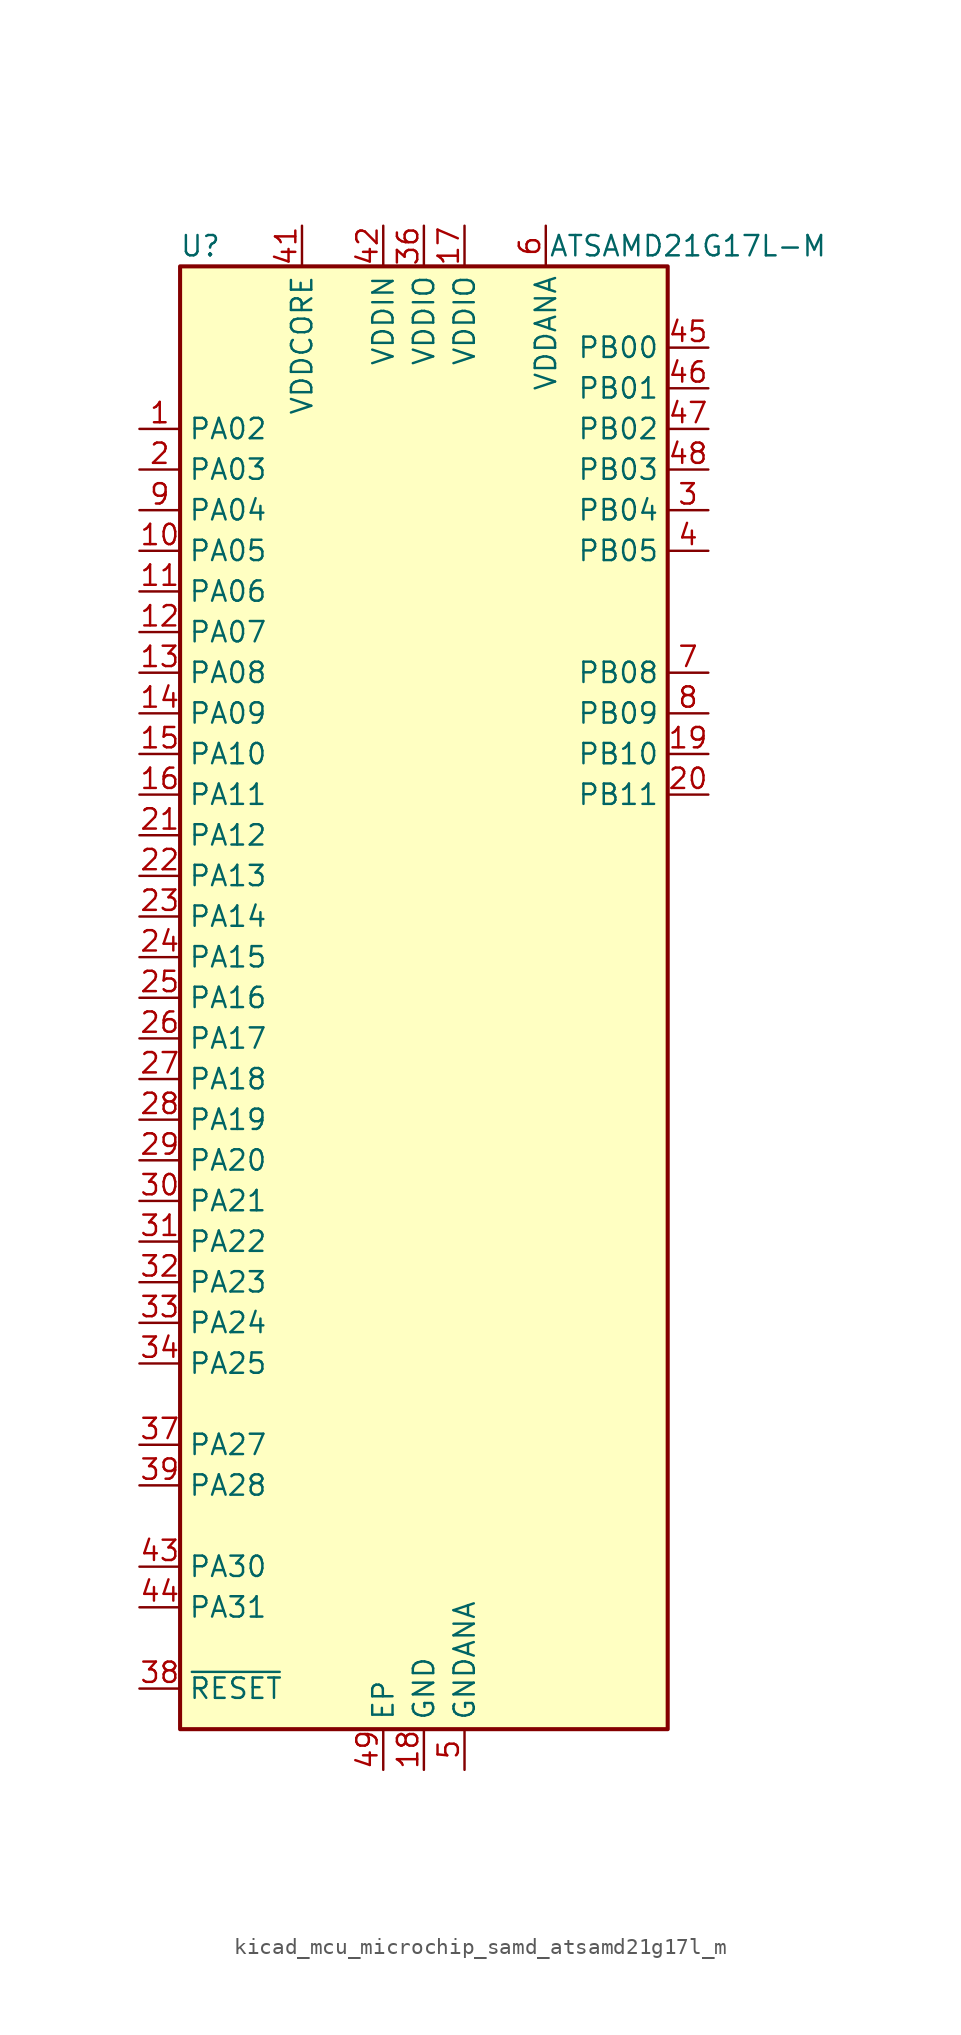
<source format=kicad_sym>
(kicad_symbol_lib
  (version 20220914)
  (generator kicad_symbol_editor)
  (symbol "kicad_mcu_microchip_samd_atsamd21g17l_m"
    (property "Reference" "U"
      (at -13.97 46.99 0)
      (effects (font (size 1.27 1.27))))
    (property "Value" "ATSAMD21G17L-M"
      (at 16.51 46.99 0)
      (effects (font (size 1.27 1.27))))
    (symbol "kicad_mcu_microchip_samd_atsamd21g17l_m_0_1"
      (rectangle (start -15.24 45.72) (end 15.24 -45.72) (stroke (width 0.254) (type default)) (fill (type background))))
    (symbol "kicad_mcu_microchip_samd_atsamd21g17l_m_1_1"
      (pin bidirectional line (at -17.78 35.56 0) (length 2.54) (name "PA02" (effects (font (size 1.27 1.27)))) (number "1" (effects (font (size 1.27 1.27)))))
      (pin bidirectional line (at -17.78 27.94 0) (length 2.54) (name "PA05" (effects (font (size 1.27 1.27)))) (number "10" (effects (font (size 1.27 1.27)))))
      (pin bidirectional line (at -17.78 25.4 0) (length 2.54) (name "PA06" (effects (font (size 1.27 1.27)))) (number "11" (effects (font (size 1.27 1.27)))))
      (pin bidirectional line (at -17.78 22.86 0) (length 2.54) (name "PA07" (effects (font (size 1.27 1.27)))) (number "12" (effects (font (size 1.27 1.27)))))
      (pin bidirectional line (at -17.78 20.32 0) (length 2.54) (name "PA08" (effects (font (size 1.27 1.27)))) (number "13" (effects (font (size 1.27 1.27)))))
      (pin bidirectional line (at -17.78 17.78 0) (length 2.54) (name "PA09" (effects (font (size 1.27 1.27)))) (number "14" (effects (font (size 1.27 1.27)))))
      (pin bidirectional line (at -17.78 15.24 0) (length 2.54) (name "PA10" (effects (font (size 1.27 1.27)))) (number "15" (effects (font (size 1.27 1.27)))))
      (pin bidirectional line (at -17.78 12.7 0) (length 2.54) (name "PA11" (effects (font (size 1.27 1.27)))) (number "16" (effects (font (size 1.27 1.27)))))
      (pin power_in line (at 2.54 48.26 270) (length 2.54) (name "VDDIO" (effects (font (size 1.27 1.27)))) (number "17" (effects (font (size 1.27 1.27)))))
      (pin power_in line (at 0 -48.26 90) (length 2.54) (name "GND" (effects (font (size 1.27 1.27)))) (number "18" (effects (font (size 1.27 1.27)))))
      (pin bidirectional line (at 17.78 15.24 180) (length 2.54) (name "PB10" (effects (font (size 1.27 1.27)))) (number "19" (effects (font (size 1.27 1.27)))))
      (pin bidirectional line (at -17.78 33.02 0) (length 2.54) (name "PA03" (effects (font (size 1.27 1.27)))) (number "2" (effects (font (size 1.27 1.27)))))
      (pin bidirectional line (at 17.78 12.7 180) (length 2.54) (name "PB11" (effects (font (size 1.27 1.27)))) (number "20" (effects (font (size 1.27 1.27)))))
      (pin bidirectional line (at -17.78 10.16 0) (length 2.54) (name "PA12" (effects (font (size 1.27 1.27)))) (number "21" (effects (font (size 1.27 1.27)))))
      (pin bidirectional line (at -17.78 7.62 0) (length 2.54) (name "PA13" (effects (font (size 1.27 1.27)))) (number "22" (effects (font (size 1.27 1.27)))))
      (pin bidirectional line (at -17.78 5.08 0) (length 2.54) (name "PA14" (effects (font (size 1.27 1.27)))) (number "23" (effects (font (size 1.27 1.27)))))
      (pin bidirectional line (at -17.78 2.54 0) (length 2.54) (name "PA15" (effects (font (size 1.27 1.27)))) (number "24" (effects (font (size 1.27 1.27)))))
      (pin bidirectional line (at -17.78 0 0) (length 2.54) (name "PA16" (effects (font (size 1.27 1.27)))) (number "25" (effects (font (size 1.27 1.27)))))
      (pin bidirectional line (at -17.78 -2.54 0) (length 2.54) (name "PA17" (effects (font (size 1.27 1.27)))) (number "26" (effects (font (size 1.27 1.27)))))
      (pin bidirectional line (at -17.78 -5.08 0) (length 2.54) (name "PA18" (effects (font (size 1.27 1.27)))) (number "27" (effects (font (size 1.27 1.27)))))
      (pin bidirectional line (at -17.78 -7.62 0) (length 2.54) (name "PA19" (effects (font (size 1.27 1.27)))) (number "28" (effects (font (size 1.27 1.27)))))
      (pin bidirectional line (at -17.78 -10.16 0) (length 2.54) (name "PA20" (effects (font (size 1.27 1.27)))) (number "29" (effects (font (size 1.27 1.27)))))
      (pin bidirectional line (at 17.78 30.48 180) (length 2.54) (name "PB04" (effects (font (size 1.27 1.27)))) (number "3" (effects (font (size 1.27 1.27)))))
      (pin bidirectional line (at -17.78 -12.7 0) (length 2.54) (name "PA21" (effects (font (size 1.27 1.27)))) (number "30" (effects (font (size 1.27 1.27)))))
      (pin bidirectional line (at -17.78 -15.24 0) (length 2.54) (name "PA22" (effects (font (size 1.27 1.27)))) (number "31" (effects (font (size 1.27 1.27)))))
      (pin bidirectional line (at -17.78 -17.78 0) (length 2.54) (name "PA23" (effects (font (size 1.27 1.27)))) (number "32" (effects (font (size 1.27 1.27)))))
      (pin bidirectional line (at -17.78 -20.32 0) (length 2.54) (name "PA24" (effects (font (size 1.27 1.27)))) (number "33" (effects (font (size 1.27 1.27)))))
      (pin bidirectional line (at -17.78 -22.86 0) (length 2.54) (name "PA25" (effects (font (size 1.27 1.27)))) (number "34" (effects (font (size 1.27 1.27)))))
      (pin passive line (at 0 -48.26 90) (length 2.54) hide (name "GND" (effects (font (size 1.27 1.27)))) (number "35" (effects (font (size 1.27 1.27)))))
      (pin power_in line (at 0 48.26 270) (length 2.54) (name "VDDIO" (effects (font (size 1.27 1.27)))) (number "36" (effects (font (size 1.27 1.27)))))
      (pin bidirectional line (at -17.78 -27.94 0) (length 2.54) (name "PA27" (effects (font (size 1.27 1.27)))) (number "37" (effects (font (size 1.27 1.27)))))
      (pin input line (at -17.78 -43.18 0) (length 2.54) (name "~{RESET}" (effects (font (size 1.27 1.27)))) (number "38" (effects (font (size 1.27 1.27)))))
      (pin bidirectional line (at -17.78 -30.48 0) (length 2.54) (name "PA28" (effects (font (size 1.27 1.27)))) (number "39" (effects (font (size 1.27 1.27)))))
      (pin bidirectional line (at 17.78 27.94 180) (length 2.54) (name "PB05" (effects (font (size 1.27 1.27)))) (number "4" (effects (font (size 1.27 1.27)))))
      (pin passive line (at 0 -48.26 90) (length 2.54) hide (name "GND" (effects (font (size 1.27 1.27)))) (number "40" (effects (font (size 1.27 1.27)))))
      (pin power_out line (at -7.62 48.26 270) (length 2.54) (name "VDDCORE" (effects (font (size 1.27 1.27)))) (number "41" (effects (font (size 1.27 1.27)))))
      (pin power_in line (at -2.54 48.26 270) (length 2.54) (name "VDDIN" (effects (font (size 1.27 1.27)))) (number "42" (effects (font (size 1.27 1.27)))))
      (pin bidirectional line (at -17.78 -35.56 0) (length 2.54) (name "PA30" (effects (font (size 1.27 1.27)))) (number "43" (effects (font (size 1.27 1.27)))))
      (pin bidirectional line (at -17.78 -38.1 0) (length 2.54) (name "PA31" (effects (font (size 1.27 1.27)))) (number "44" (effects (font (size 1.27 1.27)))))
      (pin bidirectional line (at 17.78 40.64 180) (length 2.54) (name "PB00" (effects (font (size 1.27 1.27)))) (number "45" (effects (font (size 1.27 1.27)))))
      (pin bidirectional line (at 17.78 38.1 180) (length 2.54) (name "PB01" (effects (font (size 1.27 1.27)))) (number "46" (effects (font (size 1.27 1.27)))))
      (pin bidirectional line (at 17.78 35.56 180) (length 2.54) (name "PB02" (effects (font (size 1.27 1.27)))) (number "47" (effects (font (size 1.27 1.27)))))
      (pin bidirectional line (at 17.78 33.02 180) (length 2.54) (name "PB03" (effects (font (size 1.27 1.27)))) (number "48" (effects (font (size 1.27 1.27)))))
      (pin passive line (at -2.54 -48.26 90) (length 2.54) (name "EP" (effects (font (size 1.27 1.27)))) (number "49" (effects (font (size 1.27 1.27)))))
      (pin power_in line (at 2.54 -48.26 90) (length 2.54) (name "GNDANA" (effects (font (size 1.27 1.27)))) (number "5" (effects (font (size 1.27 1.27)))))
      (pin power_in line (at 7.62 48.26 270) (length 2.54) (name "VDDANA" (effects (font (size 1.27 1.27)))) (number "6" (effects (font (size 1.27 1.27)))))
      (pin bidirectional line (at 17.78 20.32 180) (length 2.54) (name "PB08" (effects (font (size 1.27 1.27)))) (number "7" (effects (font (size 1.27 1.27)))))
      (pin bidirectional line (at 17.78 17.78 180) (length 2.54) (name "PB09" (effects (font (size 1.27 1.27)))) (number "8" (effects (font (size 1.27 1.27)))))
      (pin bidirectional line (at -17.78 30.48 0) (length 2.54) (name "PA04" (effects (font (size 1.27 1.27)))) (number "9" (effects (font (size 1.27 1.27))))))))
</source>
